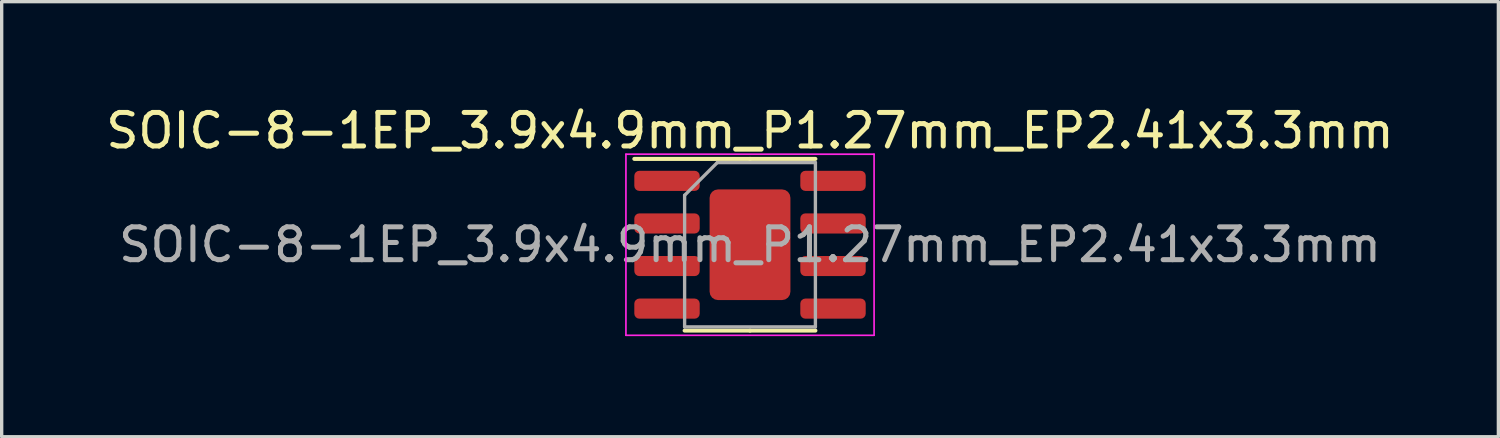
<source format=kicad_pcb>
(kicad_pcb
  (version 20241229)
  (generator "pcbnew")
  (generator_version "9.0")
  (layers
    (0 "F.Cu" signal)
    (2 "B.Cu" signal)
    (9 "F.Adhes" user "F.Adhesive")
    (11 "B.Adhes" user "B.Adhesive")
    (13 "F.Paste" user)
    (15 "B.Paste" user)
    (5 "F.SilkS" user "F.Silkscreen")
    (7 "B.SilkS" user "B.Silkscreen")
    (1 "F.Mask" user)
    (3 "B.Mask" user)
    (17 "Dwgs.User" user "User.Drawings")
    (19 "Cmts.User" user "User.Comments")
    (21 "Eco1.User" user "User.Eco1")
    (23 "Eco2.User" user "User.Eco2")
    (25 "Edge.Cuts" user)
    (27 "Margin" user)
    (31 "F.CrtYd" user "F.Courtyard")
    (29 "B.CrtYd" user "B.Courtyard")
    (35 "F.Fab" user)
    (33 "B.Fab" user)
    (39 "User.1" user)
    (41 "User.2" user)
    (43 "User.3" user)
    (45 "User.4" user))
  (footprint "SOIC-8-1EP_3.9x4.9mm_P1.27mm_EP2.41x3.3mm"
    (layer "F.Cu")
    (at 19.315 4.248)
    (property "Reference" "SOIC-8-1EP_3.9x4.9mm_P1.27mm_EP2.41x3.3mm" (at 0 -3.4 0) (layer "F.SilkS") (effects (font (size 1 1) (thickness 0.15))))
    (attr smd)
    (fp_line (start 0 -2.56) (end -3.45 -2.56) (stroke (width 0.12) (type solid)) (layer "F.SilkS"))
    (fp_line (start 0 -2.56) (end 1.95 -2.56) (stroke (width 0.12) (type solid)) (layer "F.SilkS"))
    (fp_line (start 0 2.56) (end -1.95 2.56) (stroke (width 0.12) (type solid)) (layer "F.SilkS"))
    (fp_line (start 0 2.56) (end 1.95 2.56) (stroke (width 0.12) (type solid)) (layer "F.SilkS"))
    (fp_line (start -3.7 -2.7) (end -3.7 2.7) (stroke (width 0.05) (type solid)) (layer "F.CrtYd"))
    (fp_line (start -3.7 2.7) (end 3.7 2.7) (stroke (width 0.05) (type solid)) (layer "F.CrtYd"))
    (fp_line (start 3.7 -2.7) (end -3.7 -2.7) (stroke (width 0.05) (type solid)) (layer "F.CrtYd"))
    (fp_line (start 3.7 2.7) (end 3.7 -2.7) (stroke (width 0.05) (type solid)) (layer "F.CrtYd"))
    (fp_line (start -1.95 -1.475) (end -0.975 -2.45) (stroke (width 0.1) (type solid)) (layer "F.Fab"))
    (fp_line (start -1.95 2.45) (end -1.95 -1.475) (stroke (width 0.1) (type solid)) (layer "F.Fab"))
    (fp_line (start -0.975 -2.45) (end 1.95 -2.45) (stroke (width 0.1) (type solid)) (layer "F.Fab"))
    (fp_line (start 1.95 -2.45) (end 1.95 2.45) (stroke (width 0.1) (type solid)) (layer "F.Fab"))
    (fp_line (start 1.95 2.45) (end -1.95 2.45) (stroke (width 0.1) (type solid)) (layer "F.Fab"))
    (fp_text user "${REFERENCE}" (at 0 0 0) (layer "F.Fab") (effects (font (size 0.98 0.98) (thickness 0.15))))
    (pad "" smd roundrect (at -0.6 -0.825) (size 0.97 1.33) (layers "F.Paste") (roundrect_rratio 0.25))
    (pad "" smd roundrect (at -0.6 0.825) (size 0.97 1.33) (layers "F.Paste") (roundrect_rratio 0.25))
    (pad "" smd roundrect (at 0.6 -0.825) (size 0.97 1.33) (layers "F.Paste") (roundrect_rratio 0.25))
    (pad "" smd roundrect (at 0.6 0.825) (size 0.97 1.33) (layers "F.Paste") (roundrect_rratio 0.25))
    (pad "1" smd roundrect (at -2.475 -1.905) (size 1.95 0.6) (layers "F.Cu" "F.Mask" "F.Paste") (roundrect_rratio 0.25))
    (pad "2" smd roundrect (at -2.475 -0.635) (size 1.95 0.6) (layers "F.Cu" "F.Mask" "F.Paste") (roundrect_rratio 0.25))
    (pad "3" smd roundrect (at -2.475 0.635) (size 1.95 0.6) (layers "F.Cu" "F.Mask" "F.Paste") (roundrect_rratio 0.25))
    (pad "4" smd roundrect (at -2.475 1.905) (size 1.95 0.6) (layers "F.Cu" "F.Mask" "F.Paste") (roundrect_rratio 0.25))
    (pad "5" smd roundrect (at 2.475 1.905) (size 1.95 0.6) (layers "F.Cu" "F.Mask" "F.Paste") (roundrect_rratio 0.25))
    (pad "6" smd roundrect (at 2.475 0.635) (size 1.95 0.6) (layers "F.Cu" "F.Mask" "F.Paste") (roundrect_rratio 0.25))
    (pad "7" smd roundrect (at 2.475 -0.635) (size 1.95 0.6) (layers "F.Cu" "F.Mask" "F.Paste") (roundrect_rratio 0.25))
    (pad "8" smd roundrect (at 2.475 -1.905) (size 1.95 0.6) (layers "F.Cu" "F.Mask" "F.Paste") (roundrect_rratio 0.25))
    (pad "9" smd roundrect (at 0 0) (size 2.41 3.3) (layers "F.Cu" "F.Mask") (roundrect_rratio 0.104)))
  (gr_rect
    (start -3 -3)
    (end 41.631 9.973)
    (stroke (width 0.1) (type default))
    (fill no)
    (layer "Edge.Cuts")))
</source>
